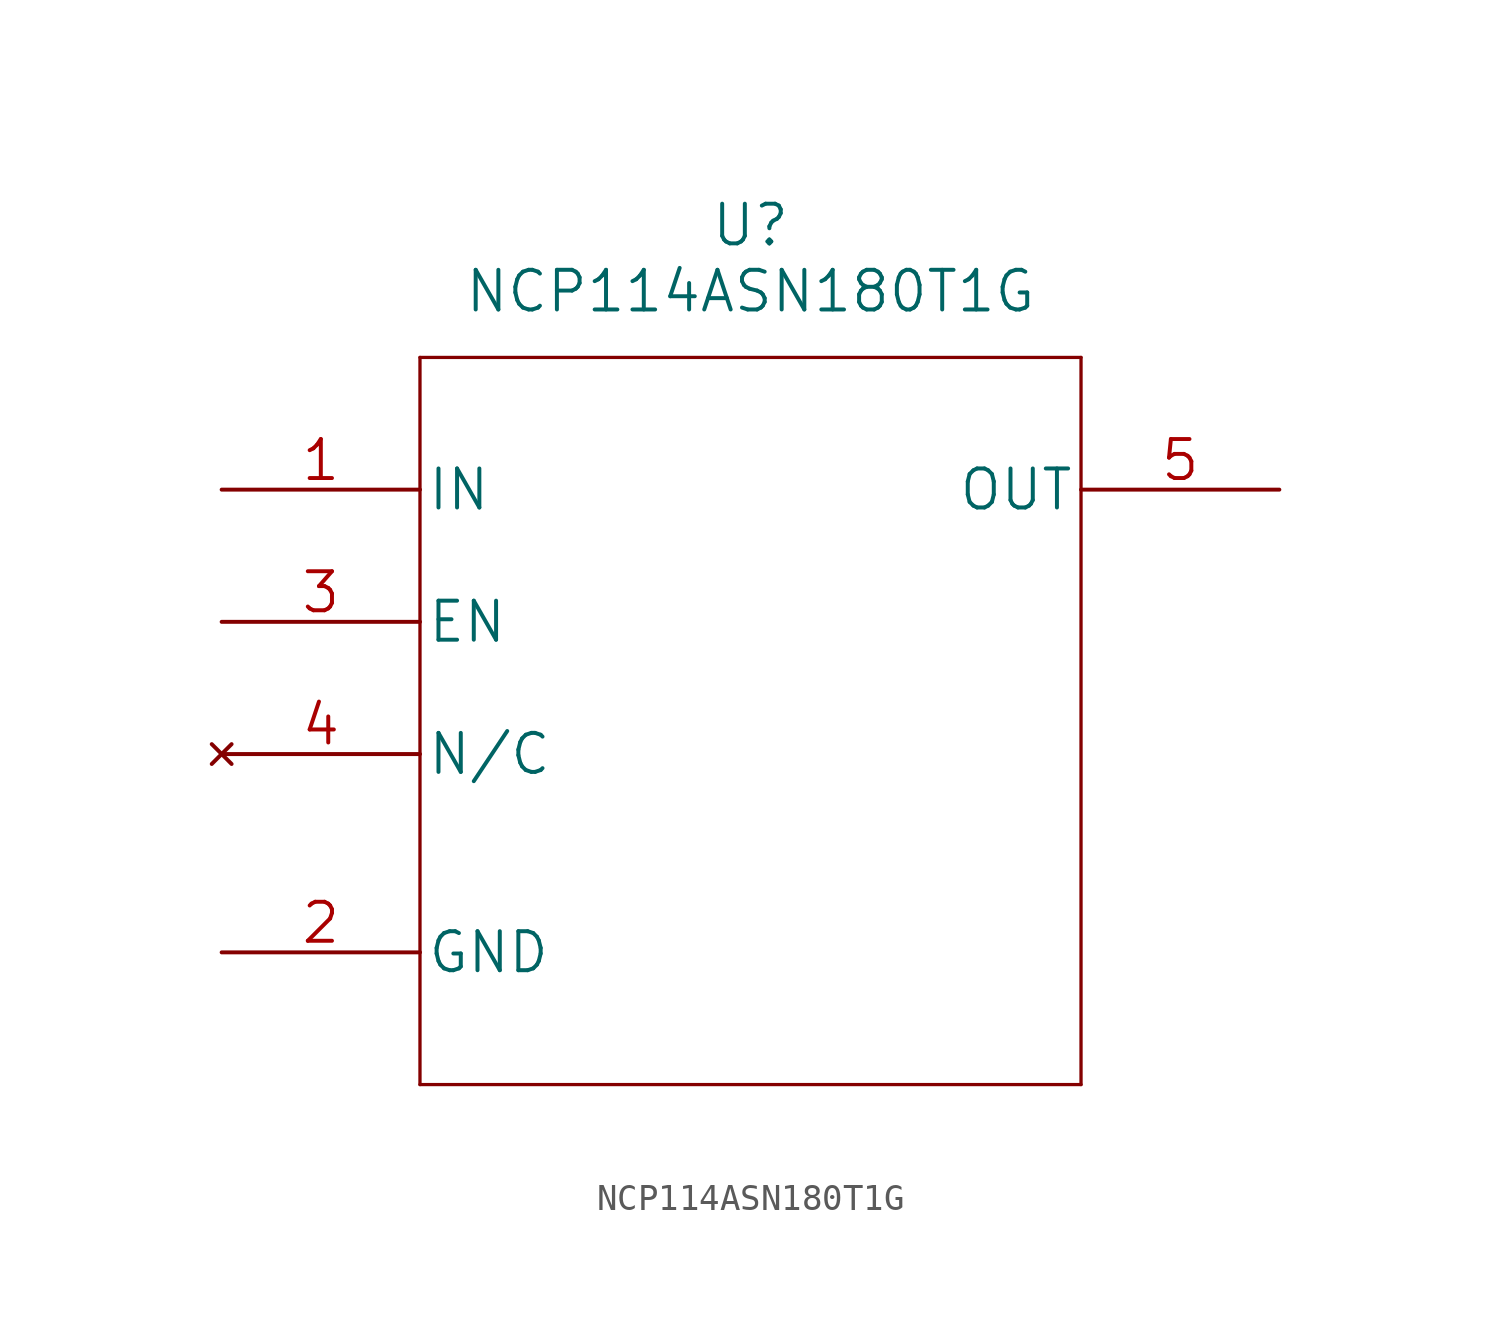
<source format=kicad_sym>
(kicad_symbol_lib
  (version 20211014)
  (generator kicad_symbol_editor)
  (symbol "NCP114ASN180T1G"
    (pin_names
      (offset 0.254))
    (property "Reference" "U"
      (at 20.32 10.16 0)
      (effects (font (size 1.524 1.524))))
    (property "Value" "NCP114ASN180T1G"
      (at 20.32 7.62 0)
      (effects (font (size 1.524 1.524))))
    (property "Datasheet" ""
      (at 0 0 0)
      (effects (font (size 1.524 1.524))))
    (property "ki_locked" ""
      (at 0 0 0)
      (effects (font (size 1.27 1.27))))
    (symbol "NCP114ASN180T1G_1_1"
      (polyline (pts (xy 7.62 -22.86) (xy 33.02 -22.86)) (stroke (width 0.127) (type default) (color 0 0 0 0)) (fill (type none)))
      (polyline (pts (xy 7.62 5.08) (xy 7.62 -22.86)) (stroke (width 0.127) (type default) (color 0 0 0 0)) (fill (type none)))
      (polyline (pts (xy 33.02 -22.86) (xy 33.02 5.08)) (stroke (width 0.127) (type default) (color 0 0 0 0)) (fill (type none)))
      (polyline (pts (xy 33.02 5.08) (xy 7.62 5.08)) (stroke (width 0.127) (type default) (color 0 0 0 0)) (fill (type none)))
      (pin unspecified line (at 0 0 0) (length 7.62) (name "IN" (effects (font (size 1.499 1.499)))) (number "1" (effects (font (size 1.499 1.499)))))
      (pin power_in line (at 0 -17.78 0) (length 7.62) (name "GND" (effects (font (size 1.499 1.499)))) (number "2" (effects (font (size 1.499 1.499)))))
      (pin unspecified line (at 0 -5.08 0) (length 7.62) (name "EN" (effects (font (size 1.499 1.499)))) (number "3" (effects (font (size 1.499 1.499)))))
      (pin no_connect line (at 0 -10.16 0) (length 7.62) (name "N/C" (effects (font (size 1.499 1.499)))) (number "4" (effects (font (size 1.499 1.499)))))
      (pin output line (at 40.64 0 180) (length 7.62) (name "OUT" (effects (font (size 1.499 1.499)))) (number "5" (effects (font (size 1.499 1.499))))))))
</source>
